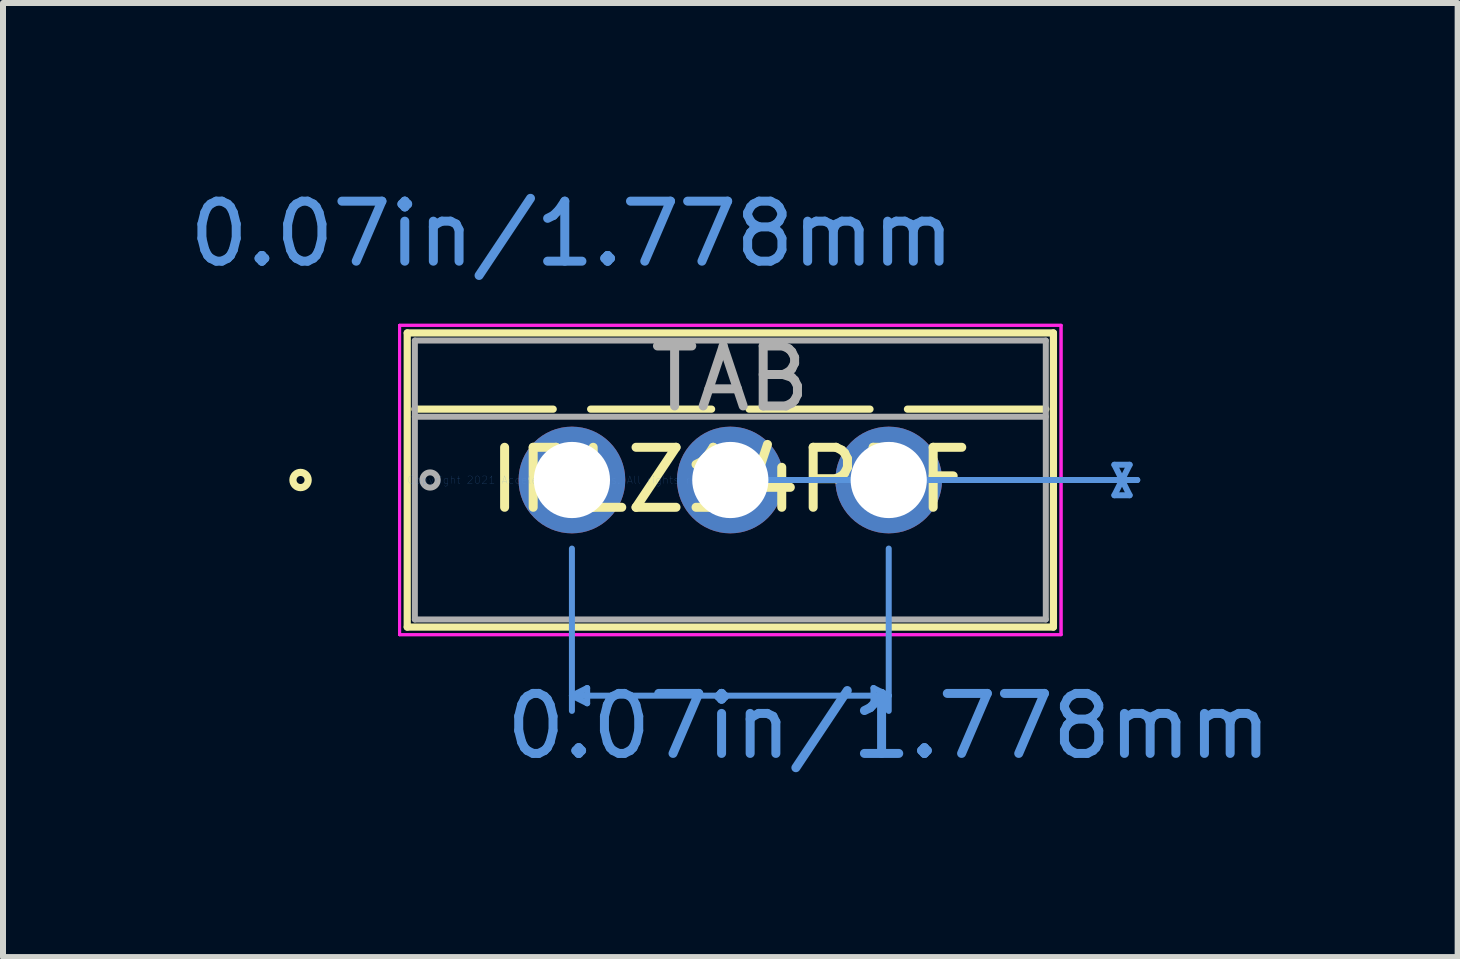
<source format=kicad_pcb>
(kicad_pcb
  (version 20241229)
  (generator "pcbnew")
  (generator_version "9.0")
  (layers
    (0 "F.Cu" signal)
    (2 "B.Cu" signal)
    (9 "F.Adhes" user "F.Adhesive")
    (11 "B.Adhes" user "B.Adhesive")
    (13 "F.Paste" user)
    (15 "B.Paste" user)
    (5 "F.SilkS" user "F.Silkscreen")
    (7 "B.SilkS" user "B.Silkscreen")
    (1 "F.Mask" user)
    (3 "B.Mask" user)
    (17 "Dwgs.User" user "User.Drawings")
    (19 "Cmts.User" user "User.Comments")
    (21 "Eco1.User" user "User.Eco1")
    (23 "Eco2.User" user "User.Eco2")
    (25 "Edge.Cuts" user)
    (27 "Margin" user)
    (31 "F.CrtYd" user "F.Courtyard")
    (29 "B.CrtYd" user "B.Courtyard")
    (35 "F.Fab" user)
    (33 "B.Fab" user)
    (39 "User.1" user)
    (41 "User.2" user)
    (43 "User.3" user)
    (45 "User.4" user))
  (footprint "IRLZ14PBF"
    (layer "F.Cu")
    (at 6.482 4.95)
    (property "Reference" "IRLZ14PBF" (at 2.64 0 0) (layer "F.SilkS") (effects (font (size 1 1) (thickness 0.15))))
    (attr through_hole)
    (fp_line (start -2.745 -2.451) (end -2.745 2.451) (stroke (width 0.12) (type solid)) (layer "F.SilkS"))
    (fp_line (start -2.745 2.451) (end 8.025 2.451) (stroke (width 0.12) (type solid)) (layer "F.SilkS"))
    (fp_line (start -2.618 -1.181) (end -0.312 -1.181) (stroke (width 0.12) (type solid)) (layer "F.SilkS"))
    (fp_line (start 0.312 -1.181) (end 2.328 -1.181) (stroke (width 0.12) (type solid)) (layer "F.SilkS"))
    (fp_line (start 2.952 -1.181) (end 4.968 -1.181) (stroke (width 0.12) (type solid)) (layer "F.SilkS"))
    (fp_line (start 5.592 -1.181) (end 7.898 -1.181) (stroke (width 0.12) (type solid)) (layer "F.SilkS"))
    (fp_line (start 8.025 -2.451) (end -2.745 -2.451) (stroke (width 0.12) (type solid)) (layer "F.SilkS"))
    (fp_line (start 8.025 2.451) (end 8.025 -2.451) (stroke (width 0.12) (type solid)) (layer "F.SilkS"))
    (fp_circle (center -4.523 0) (end -4.396 0) (stroke (width 0.12) (type solid)) (fill no) (layer "F.SilkS"))
    (fp_line (start 0 1.143) (end 0 3.848) (stroke (width 0.1) (type solid)) (layer "Cmts.User"))
    (fp_line (start 0 3.594) (end 0.254 3.467) (stroke (width 0.1) (type solid)) (layer "Cmts.User"))
    (fp_line (start 0.254 3.467) (end 0.254 3.721) (stroke (width 0.1) (type solid)) (layer "Cmts.User"))
    (fp_line (start 0.254 3.721) (end 0 3.594) (stroke (width 0.1) (type solid)) (layer "Cmts.User"))
    (fp_line (start 2.894 0) (end 9.422 0) (stroke (width 0.1) (type solid)) (layer "Cmts.User"))
    (fp_line (start 5.026 3.467) (end 5.026 3.721) (stroke (width 0.1) (type solid)) (layer "Cmts.User"))
    (fp_line (start 5.026 3.721) (end 5.28 3.594) (stroke (width 0.1) (type solid)) (layer "Cmts.User"))
    (fp_line (start 5.28 1.143) (end 5.28 3.848) (stroke (width 0.1) (type solid)) (layer "Cmts.User"))
    (fp_line (start 5.28 3.594) (end 0 3.594) (stroke (width 0.1) (type solid)) (layer "Cmts.User"))
    (fp_line (start 5.28 3.594) (end 5.026 3.467) (stroke (width 0.1) (type solid)) (layer "Cmts.User"))
    (fp_line (start 6.423 0) (end 9.422 0) (stroke (width 0.1) (type solid)) (layer "Cmts.User"))
    (fp_line (start 9.041 -0.254) (end 9.295 -0.254) (stroke (width 0.1) (type solid)) (layer "Cmts.User"))
    (fp_line (start 9.041 0.254) (end 9.295 0.254) (stroke (width 0.1) (type solid)) (layer "Cmts.User"))
    (fp_line (start 9.168 0) (end 9.041 -0.254) (stroke (width 0.1) (type solid)) (layer "Cmts.User"))
    (fp_line (start 9.168 0) (end 9.041 0.254) (stroke (width 0.1) (type solid)) (layer "Cmts.User"))
    (fp_line (start 9.168 0) (end 9.168 0) (stroke (width 0.1) (type solid)) (layer "Cmts.User"))
    (fp_line (start 9.295 -0.254) (end 9.168 0) (stroke (width 0.1) (type solid)) (layer "Cmts.User"))
    (fp_line (start 9.295 0.254) (end 9.168 0) (stroke (width 0.1) (type solid)) (layer "Cmts.User"))
    (fp_line (start -2.872 -2.578) (end -2.872 2.578) (stroke (width 0.05) (type solid)) (layer "F.CrtYd"))
    (fp_line (start -2.872 -2.578) (end -2.872 2.578) (stroke (width 0.05) (type solid)) (layer "F.CrtYd"))
    (fp_line (start -2.872 2.578) (end 8.152 2.578) (stroke (width 0.05) (type solid)) (layer "F.CrtYd"))
    (fp_line (start -2.872 2.578) (end 8.152 2.578) (stroke (width 0.05) (type solid)) (layer "F.CrtYd"))
    (fp_line (start 8.152 -2.578) (end -2.872 -2.578) (stroke (width 0.05) (type solid)) (layer "F.CrtYd"))
    (fp_line (start 8.152 -2.578) (end -2.872 -2.578) (stroke (width 0.05) (type solid)) (layer "F.CrtYd"))
    (fp_line (start 8.152 2.578) (end 8.152 -2.578) (stroke (width 0.05) (type solid)) (layer "F.CrtYd"))
    (fp_line (start 8.152 2.578) (end 8.152 -2.578) (stroke (width 0.05) (type solid)) (layer "F.CrtYd"))
    (fp_line (start -2.618 -2.324) (end -2.618 2.324) (stroke (width 0.1) (type solid)) (layer "F.Fab"))
    (fp_line (start -2.618 -1.054) (end 7.898 -1.054) (stroke (width 0.1) (type solid)) (layer "F.Fab"))
    (fp_line (start -2.618 2.324) (end 7.898 2.324) (stroke (width 0.1) (type solid)) (layer "F.Fab"))
    (fp_line (start 7.898 -2.324) (end -2.618 -2.324) (stroke (width 0.1) (type solid)) (layer "F.Fab"))
    (fp_line (start 7.898 2.324) (end 7.898 -2.324) (stroke (width 0.1) (type solid)) (layer "F.Fab"))
    (fp_circle (center -2.364 0) (end -2.237 0) (stroke (width 0.1) (type solid)) (fill no) (layer "F.Fab"))
    (fp_text user "*" (at 0 0 0) (layer "F.SilkS") (effects (font (size 1 1) (thickness 0.15))))
    (fp_text user "0.07in/1.778mm" (at 5.28 4.102 0) (layer "Cmts.User") (effects (font (size 1 1) (thickness 0.15))))
    (fp_text user "0.07in/1.778mm" (at 0 -4.102 0) (layer "Cmts.User") (effects (font (size 1 1) (thickness 0.15))))
    (fp_text user "Copyright 2021 Accelerated Designs. All rights reserved." (at 0 0 0) (layer "Cmts.User") (effects (font (size 0.127 0.127) (thickness 0.002))))
    (fp_text user "TAB" (at 2.64 -1.689 0) (layer "F.Fab") (effects (font (size 1 1) (thickness 0.15))))
    (fp_text user "*" (at 0 0 0) (layer "F.Fab") (effects (font (size 1 1) (thickness 0.15))))
    (pad "1" thru_hole circle (at 0 0) (size 1.778 1.778) (drill 1.27) (layers "*.Cu" "*.Mask"))
    (pad "2" thru_hole circle (at 2.64 0) (size 1.778 1.778) (drill 1.27) (layers "*.Cu" "*.Mask"))
    (pad "3" thru_hole circle (at 5.28 0) (size 1.778 1.778) (drill 1.27) (layers "*.Cu" "*.Mask")))
  (gr_rect
    (start -3 -3)
    (end 21.244 12.901)
    (stroke (width 0.1) (type default))
    (fill no)
    (layer "Edge.Cuts")))
</source>
